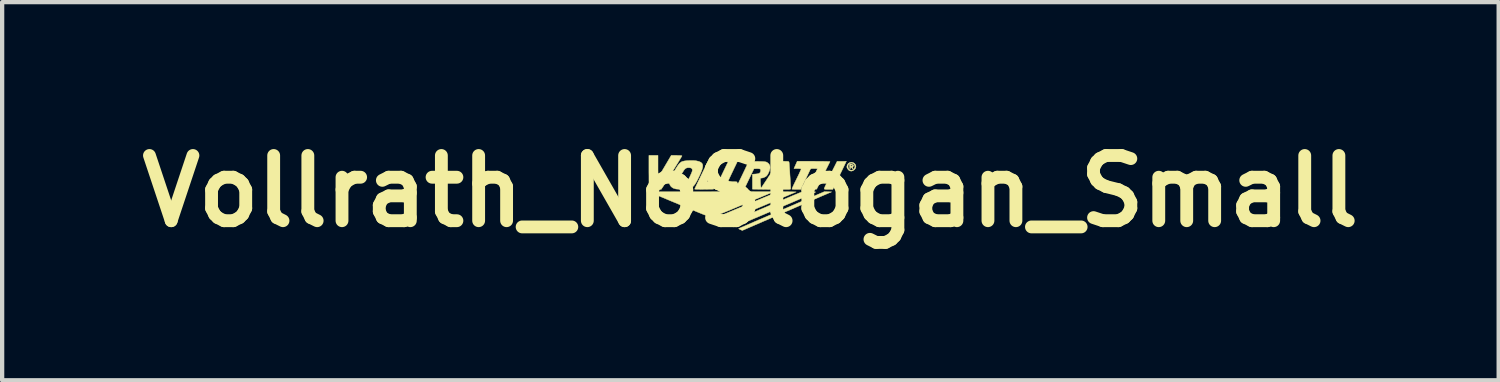
<source format=kicad_pcb>
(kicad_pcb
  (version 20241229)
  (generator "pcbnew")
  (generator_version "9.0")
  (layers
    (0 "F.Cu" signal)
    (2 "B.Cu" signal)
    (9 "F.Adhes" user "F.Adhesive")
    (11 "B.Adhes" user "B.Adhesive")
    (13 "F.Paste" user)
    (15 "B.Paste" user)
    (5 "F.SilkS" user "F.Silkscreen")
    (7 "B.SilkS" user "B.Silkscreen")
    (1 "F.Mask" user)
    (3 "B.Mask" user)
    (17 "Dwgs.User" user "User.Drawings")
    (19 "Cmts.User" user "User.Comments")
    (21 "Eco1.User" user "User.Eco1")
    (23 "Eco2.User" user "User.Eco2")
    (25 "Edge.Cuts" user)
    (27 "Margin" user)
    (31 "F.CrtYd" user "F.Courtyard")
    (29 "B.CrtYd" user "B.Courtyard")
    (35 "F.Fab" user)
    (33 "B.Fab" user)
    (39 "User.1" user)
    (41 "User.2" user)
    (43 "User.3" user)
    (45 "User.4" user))
  (footprint "Vollrath_NoSlogan_Small"
    (layer "F.Cu")
    (at 14.485 1.418)
    (property "Reference" "Vollrath_NoSlogan_Small" (at 0 0 0) (layer "F.SilkS") (effects (font (size 1.524 1.524) (thickness 0.3))))
    (attr through_hole)
    (fp_poly (pts (xy 2.356 -0.633) (xy 2.388 -0.625) (xy 2.407 -0.611) (xy 2.412 -0.593) (xy 2.401 -0.578) (xy 2.389 -0.562) (xy 2.394 -0.546) (xy 2.4 -0.527) (xy 2.394 -0.521) (xy 2.38 -0.532) (xy 2.375 -0.538) (xy 2.357 -0.557) (xy 2.344 -0.558) (xy 2.339 -0.541) (xy 2.339 -0.54) (xy 2.334 -0.523) (xy 2.328 -0.519) (xy 2.323 -0.528) (xy 2.319 -0.553) (xy 2.318 -0.577) (xy 2.318 -0.598) (xy 2.339 -0.598) (xy 2.346 -0.585) (xy 2.363 -0.584) (xy 2.381 -0.591) (xy 2.387 -0.598) (xy 2.378 -0.608) (xy 2.363 -0.612) (xy 2.343 -0.609) (xy 2.339 -0.598) (xy 2.318 -0.598) (xy 2.318 -0.636) (xy 2.356 -0.633)) (stroke (width 0.01) (type solid)) (fill yes) (layer "F.SilkS"))
    (fp_poly (pts (xy 2.4 -0.67) (xy 2.435 -0.646) (xy 2.459 -0.615) (xy 2.466 -0.58) (xy 2.466 -0.578) (xy 2.457 -0.537) (xy 2.433 -0.504) (xy 2.398 -0.48) (xy 2.359 -0.469) (xy 2.322 -0.476) (xy 2.294 -0.495) (xy 2.27 -0.525) (xy 2.256 -0.557) (xy 2.255 -0.562) (xy 2.283 -0.562) (xy 2.298 -0.526) (xy 2.311 -0.512) (xy 2.344 -0.491) (xy 2.374 -0.49) (xy 2.405 -0.509) (xy 2.414 -0.518) (xy 2.439 -0.553) (xy 2.443 -0.588) (xy 2.425 -0.625) (xy 2.423 -0.628) (xy 2.394 -0.65) (xy 2.358 -0.657) (xy 2.323 -0.65) (xy 2.301 -0.634) (xy 2.284 -0.601) (xy 2.283 -0.562) (xy 2.255 -0.562) (xy 2.254 -0.568) (xy 2.263 -0.612) (xy 2.287 -0.647) (xy 2.32 -0.669) (xy 2.359 -0.677) (xy 2.4 -0.67)) (stroke (width 0.01) (type solid)) (fill yes) (layer "F.SilkS"))
    (fp_poly (pts (xy -0.887 -0.699) (xy -0.843 -0.698) (xy -0.808 -0.697) (xy -0.787 -0.696) (xy -0.783 -0.694) (xy -0.788 -0.684) (xy -0.8 -0.657) (xy -0.819 -0.617) (xy -0.844 -0.566) (xy -0.872 -0.506) (xy -0.894 -0.461) (xy -0.925 -0.396) (xy -0.953 -0.338) (xy -0.976 -0.289) (xy -0.993 -0.252) (xy -1.003 -0.23) (xy -1.005 -0.224) (xy -0.996 -0.221) (xy -0.969 -0.22) (xy -0.93 -0.22) (xy -0.893 -0.22) (xy -0.781 -0.224) (xy -0.789 -0.199) (xy -0.797 -0.177) (xy -0.813 -0.144) (xy -0.829 -0.111) (xy -0.863 -0.048) (xy -1.082 -0.045) (xy -1.148 -0.044) (xy -1.206 -0.045) (xy -1.252 -0.046) (xy -1.285 -0.047) (xy -1.301 -0.049) (xy -1.302 -0.05) (xy -1.297 -0.061) (xy -1.285 -0.089) (xy -1.265 -0.131) (xy -1.239 -0.186) (xy -1.208 -0.251) (xy -1.173 -0.323) (xy -1.147 -0.378) (xy -0.991 -0.699) (xy -0.887 -0.699)) (stroke (width 0.01) (type solid)) (fill yes) (layer "F.SilkS"))
    (fp_poly (pts (xy 0.333 0.1) (xy 0.28 0.122) (xy 0.21 0.151) (xy 0.126 0.186) (xy 0.033 0.226) (xy -0.069 0.268) (xy -0.174 0.312) (xy -0.281 0.357) (xy -0.376 0.397) (xy -0.473 0.438) (xy -0.566 0.476) (xy -0.651 0.511) (xy -0.728 0.542) (xy -0.793 0.568) (xy -0.845 0.589) (xy -0.883 0.602) (xy -0.903 0.609) (xy -0.905 0.609) (xy -0.919 0.607) (xy -0.947 0.599) (xy -0.989 0.585) (xy -1.046 0.563) (xy -1.118 0.535) (xy -1.207 0.499) (xy -1.313 0.455) (xy -1.438 0.403) (xy -1.466 0.391) (xy -1.571 0.348) (xy -1.674 0.304) (xy -1.773 0.263) (xy -1.865 0.225) (xy -1.948 0.19) (xy -2.019 0.16) (xy -2.077 0.136) (xy -2.118 0.119) (xy -2.127 0.115) (xy -2.182 0.092) (xy -2.234 0.07) (xy -2.279 0.05) (xy -2.311 0.037) (xy -2.312 0.036) (xy -2.365 0.012) (xy -0.91 0.012) (xy 0.545 0.011) (xy 0.333 0.1)) (stroke (width 0.01) (type solid)) (fill yes) (layer "F.SilkS"))
    (fp_poly (pts (xy -0.367 -0.698) (xy -0.332 -0.696) (xy -0.311 -0.694) (xy -0.307 -0.692) (xy -0.311 -0.68) (xy -0.323 -0.653) (xy -0.341 -0.615) (xy -0.364 -0.568) (xy -0.372 -0.552) (xy -0.417 -0.457) (xy -0.454 -0.38) (xy -0.482 -0.32) (xy -0.503 -0.275) (xy -0.515 -0.244) (xy -0.521 -0.227) (xy -0.521 -0.222) (xy -0.508 -0.221) (xy -0.478 -0.222) (xy -0.438 -0.222) (xy -0.41 -0.222) (xy -0.358 -0.222) (xy -0.324 -0.219) (xy -0.308 -0.214) (xy -0.307 -0.212) (xy -0.311 -0.198) (xy -0.323 -0.171) (xy -0.34 -0.135) (xy -0.346 -0.122) (xy -0.386 -0.042) (xy -0.606 -0.042) (xy -0.675 -0.043) (xy -0.734 -0.044) (xy -0.78 -0.046) (xy -0.811 -0.048) (xy -0.824 -0.051) (xy -0.824 -0.052) (xy -0.818 -0.063) (xy -0.805 -0.092) (xy -0.785 -0.134) (xy -0.759 -0.189) (xy -0.728 -0.254) (xy -0.693 -0.327) (xy -0.668 -0.38) (xy -0.515 -0.699) (xy -0.411 -0.699) (xy -0.367 -0.698)) (stroke (width 0.01) (type solid)) (fill yes) (layer "F.SilkS"))
    (fp_poly (pts (xy 1.899 0.016) (xy 1.83 0.044) (xy 1.805 0.055) (xy 1.763 0.073) (xy 1.707 0.097) (xy 1.639 0.126) (xy 1.563 0.159) (xy 1.48 0.195) (xy 1.394 0.232) (xy 1.392 0.233) (xy 1.291 0.277) (xy 1.18 0.325) (xy 1.065 0.375) (xy 0.952 0.424) (xy 0.844 0.471) (xy 0.749 0.512) (xy 0.709 0.529) (xy 0.613 0.57) (xy 0.507 0.617) (xy 0.395 0.665) (xy 0.284 0.713) (xy 0.182 0.758) (xy 0.104 0.791) (xy -0.189 0.918) (xy -0.233 0.898) (xy -0.259 0.886) (xy -0.273 0.877) (xy -0.274 0.874) (xy -0.264 0.87) (xy -0.236 0.857) (xy -0.192 0.838) (xy -0.134 0.813) (xy -0.064 0.783) (xy 0.016 0.748) (xy 0.105 0.709) (xy 0.201 0.668) (xy 0.249 0.648) (xy 0.37 0.596) (xy 0.503 0.538) (xy 0.644 0.478) (xy 0.788 0.416) (xy 0.93 0.355) (xy 1.064 0.297) (xy 1.187 0.244) (xy 1.249 0.217) (xy 1.73 0.01) (xy 1.899 0.016)) (stroke (width 0.01) (type solid)) (fill yes) (layer "F.SilkS"))
    (fp_poly (pts (xy 0.859 0.013) (xy 1.069 0.016) (xy 0.939 0.071) (xy 0.899 0.088) (xy 0.843 0.112) (xy 0.774 0.141) (xy 0.694 0.175) (xy 0.608 0.211) (xy 0.518 0.249) (xy 0.429 0.286) (xy 0.325 0.33) (xy 0.211 0.378) (xy 0.091 0.428) (xy -0.028 0.478) (xy -0.141 0.526) (xy -0.243 0.569) (xy -0.289 0.588) (xy -0.368 0.622) (xy -0.442 0.652) (xy -0.507 0.679) (xy -0.561 0.701) (xy -0.603 0.718) (xy -0.629 0.727) (xy -0.638 0.73) (xy -0.653 0.726) (xy -0.682 0.715) (xy -0.721 0.698) (xy -0.749 0.686) (xy -0.789 0.667) (xy -0.82 0.651) (xy -0.837 0.639) (xy -0.839 0.635) (xy -0.827 0.628) (xy -0.799 0.615) (xy -0.759 0.598) (xy -0.712 0.578) (xy -0.709 0.577) (xy -0.677 0.564) (xy -0.628 0.543) (xy -0.564 0.517) (xy -0.486 0.484) (xy -0.398 0.447) (xy -0.3 0.406) (xy -0.195 0.363) (xy -0.086 0.317) (xy 0.026 0.27) (xy 0.031 0.268) (xy 0.649 0.01) (xy 0.859 0.013)) (stroke (width 0.01) (type solid)) (fill yes) (layer "F.SilkS"))
    (fp_poly (pts (xy -2.159 -0.58) (xy -2.159 -0.502) (xy -2.158 -0.436) (xy -2.156 -0.385) (xy -2.154 -0.351) (xy -2.151 -0.335) (xy -2.149 -0.334) (xy -2.142 -0.345) (xy -2.125 -0.373) (xy -2.1 -0.413) (xy -2.069 -0.465) (xy -2.034 -0.524) (xy -1.995 -0.59) (xy -1.995 -0.59) (xy -1.85 -0.836) (xy -1.724 -0.836) (xy -1.674 -0.835) (xy -1.634 -0.833) (xy -1.607 -0.83) (xy -1.598 -0.826) (xy -1.603 -0.816) (xy -1.619 -0.79) (xy -1.642 -0.75) (xy -1.673 -0.7) (xy -1.709 -0.641) (xy -1.75 -0.575) (xy -1.793 -0.505) (xy -1.837 -0.434) (xy -1.882 -0.362) (xy -1.924 -0.294) (xy -1.964 -0.23) (xy -2 -0.174) (xy -2.029 -0.127) (xy -2.052 -0.092) (xy -2.066 -0.071) (xy -2.086 -0.042) (xy -2.221 -0.042) (xy -2.273 -0.043) (xy -2.317 -0.044) (xy -2.348 -0.046) (xy -2.363 -0.049) (xy -2.364 -0.049) (xy -2.365 -0.061) (xy -2.367 -0.092) (xy -2.368 -0.139) (xy -2.369 -0.2) (xy -2.37 -0.272) (xy -2.37 -0.354) (xy -2.371 -0.443) (xy -2.371 -0.836) (xy -2.159 -0.836) (xy -2.159 -0.58)) (stroke (width 0.01) (type solid)) (fill yes) (layer "F.SilkS"))
    (fp_poly (pts (xy -1.339 -0.717) (xy -1.282 -0.712) (xy -1.265 -0.71) (xy -1.204 -0.696) (xy -1.158 -0.676) (xy -1.129 -0.649) (xy -1.114 -0.613) (xy -1.115 -0.566) (xy -1.129 -0.507) (xy -1.157 -0.434) (xy -1.177 -0.389) (xy -1.22 -0.298) (xy -1.257 -0.225) (xy -1.292 -0.168) (xy -1.324 -0.125) (xy -1.359 -0.093) (xy -1.396 -0.071) (xy -1.439 -0.058) (xy -1.49 -0.05) (xy -1.551 -0.047) (xy -1.572 -0.046) (xy -1.626 -0.046) (xy -1.678 -0.047) (xy -1.721 -0.05) (xy -1.745 -0.053) (xy -1.807 -0.073) (xy -1.851 -0.105) (xy -1.878 -0.142) (xy -1.888 -0.171) (xy -1.891 -0.201) (xy -1.886 -0.236) (xy -1.875 -0.271) (xy -1.659 -0.271) (xy -1.654 -0.247) (xy -1.635 -0.232) (xy -1.601 -0.224) (xy -1.559 -0.222) (xy -1.518 -0.224) (xy -1.492 -0.229) (xy -1.474 -0.241) (xy -1.47 -0.245) (xy -1.455 -0.265) (xy -1.435 -0.3) (xy -1.413 -0.342) (xy -1.392 -0.388) (xy -1.373 -0.432) (xy -1.36 -0.468) (xy -1.355 -0.491) (xy -1.355 -0.492) (xy -1.363 -0.524) (xy -1.389 -0.543) (xy -1.432 -0.55) (xy -1.435 -0.55) (xy -1.473 -0.548) (xy -1.504 -0.538) (xy -1.531 -0.518) (xy -1.557 -0.485) (xy -1.587 -0.436) (xy -1.596 -0.421) (xy -1.63 -0.357) (xy -1.651 -0.307) (xy -1.659 -0.271) (xy -1.875 -0.271) (xy -1.873 -0.279) (xy -1.849 -0.332) (xy -1.815 -0.399) (xy -1.787 -0.449) (xy -1.742 -0.528) (xy -1.704 -0.588) (xy -1.67 -0.634) (xy -1.638 -0.666) (xy -1.608 -0.687) (xy -1.58 -0.698) (xy -1.533 -0.708) (xy -1.472 -0.714) (xy -1.405 -0.717) (xy -1.339 -0.717)) (stroke (width 0.01) (type solid)) (fill yes) (layer "F.SilkS"))
    (fp_poly (pts (xy 1.425 0.011) (xy 1.471 0.013) (xy 1.504 0.015) (xy 1.522 0.017) (xy 1.524 0.019) (xy 1.515 0.025) (xy 1.49 0.038) (xy 1.452 0.056) (xy 1.406 0.077) (xy 1.394 0.082) (xy 1.357 0.098) (xy 1.303 0.121) (xy 1.235 0.15) (xy 1.155 0.183) (xy 1.067 0.221) (xy 0.974 0.261) (xy 0.878 0.302) (xy 0.82 0.326) (xy 0.71 0.373) (xy 0.589 0.425) (xy 0.464 0.478) (xy 0.338 0.532) (xy 0.216 0.584) (xy 0.104 0.631) (xy 0.006 0.673) (xy -0.00047 0.676) (xy -0.084 0.711) (xy -0.162 0.744) (xy -0.232 0.773) (xy -0.291 0.798) (xy -0.338 0.817) (xy -0.37 0.83) (xy -0.386 0.835) (xy -0.387 0.835) (xy -0.401 0.831) (xy -0.429 0.82) (xy -0.465 0.804) (xy -0.473 0.801) (xy -0.509 0.784) (xy -0.536 0.771) (xy -0.55 0.762) (xy -0.55 0.761) (xy -0.541 0.755) (xy -0.517 0.743) (xy -0.481 0.727) (xy -0.458 0.718) (xy -0.431 0.706) (xy -0.386 0.688) (xy -0.327 0.663) (xy -0.254 0.632) (xy -0.17 0.597) (xy -0.077 0.558) (xy 0.022 0.515) (xy 0.127 0.471) (xy 0.201 0.439) (xy 0.348 0.377) (xy 0.477 0.322) (xy 0.589 0.275) (xy 0.686 0.234) (xy 0.769 0.198) (xy 0.839 0.168) (xy 0.899 0.143) (xy 0.949 0.122) (xy 0.99 0.104) (xy 1.025 0.09) (xy 1.055 0.077) (xy 1.081 0.067) (xy 1.104 0.057) (xy 1.126 0.048) (xy 1.13 0.046) (xy 1.165 0.032) (xy 1.193 0.023) (xy 1.22 0.016) (xy 1.25 0.013) (xy 1.29 0.011) (xy 1.343 0.011) (xy 1.37 0.011) (xy 1.425 0.011)) (stroke (width 0.01) (type solid)) (fill yes) (layer "F.SilkS"))
    (fp_poly (pts (xy 1.567 -0.698) (xy 1.647 -0.698) (xy 1.718 -0.697) (xy 1.778 -0.696) (xy 1.823 -0.694) (xy 1.851 -0.692) (xy 1.861 -0.691) (xy 1.861 -0.691) (xy 1.855 -0.678) (xy 1.841 -0.652) (xy 1.822 -0.614) (xy 1.802 -0.574) (xy 1.78 -0.531) (xy 1.762 -0.495) (xy 1.75 -0.47) (xy 1.746 -0.46) (xy 1.756 -0.458) (xy 1.782 -0.457) (xy 1.818 -0.457) (xy 1.827 -0.457) (xy 1.907 -0.46) (xy 2.027 -0.698) (xy 2.135 -0.698) (xy 2.243 -0.699) (xy 2.152 -0.511) (xy 2.118 -0.44) (xy 2.081 -0.364) (xy 2.045 -0.289) (xy 2.012 -0.222) (xy 1.993 -0.183) (xy 1.926 -0.042) (xy 1.825 -0.042) (xy 1.778 -0.043) (xy 1.747 -0.045) (xy 1.731 -0.049) (xy 1.725 -0.056) (xy 1.725 -0.058) (xy 1.73 -0.074) (xy 1.742 -0.104) (xy 1.76 -0.143) (xy 1.778 -0.18) (xy 1.799 -0.223) (xy 1.817 -0.26) (xy 1.828 -0.286) (xy 1.831 -0.296) (xy 1.821 -0.302) (xy 1.794 -0.306) (xy 1.754 -0.307) (xy 1.677 -0.307) (xy 1.549 -0.048) (xy 1.447 -0.045) (xy 1.403 -0.044) (xy 1.369 -0.046) (xy 1.348 -0.048) (xy 1.344 -0.051) (xy 1.349 -0.063) (xy 1.361 -0.091) (xy 1.38 -0.132) (xy 1.405 -0.185) (xy 1.434 -0.245) (xy 1.455 -0.289) (xy 1.486 -0.353) (xy 1.514 -0.411) (xy 1.537 -0.46) (xy 1.554 -0.496) (xy 1.564 -0.518) (xy 1.566 -0.524) (xy 1.557 -0.526) (xy 1.531 -0.528) (xy 1.494 -0.529) (xy 1.487 -0.529) (xy 1.446 -0.529) (xy 1.421 -0.526) (xy 1.407 -0.52) (xy 1.399 -0.51) (xy 1.398 -0.505) (xy 1.39 -0.489) (xy 1.375 -0.457) (xy 1.354 -0.412) (xy 1.328 -0.357) (xy 1.298 -0.295) (xy 1.282 -0.262) (xy 1.175 -0.042) (xy 1.076 -0.042) (xy 1.032 -0.043) (xy 0.997 -0.045) (xy 0.975 -0.047) (xy 0.971 -0.049) (xy 0.974 -0.059) (xy 0.984 -0.086) (xy 1.002 -0.126) (xy 1.025 -0.175) (xy 1.05 -0.226) (xy 1.096 -0.32) (xy 1.133 -0.395) (xy 1.159 -0.453) (xy 1.177 -0.493) (xy 1.185 -0.516) (xy 1.185 -0.52) (xy 1.176 -0.524) (xy 1.15 -0.527) (xy 1.113 -0.529) (xy 1.101 -0.529) (xy 1.018 -0.529) (xy 1.056 -0.614) (xy 1.094 -0.699) (xy 1.479 -0.699) (xy 1.567 -0.698)) (stroke (width 0.01) (type solid)) (fill yes) (layer "F.SilkS"))
    (fp_poly (pts (xy 0.159 -0.696) (xy 0.229 -0.695) (xy 0.282 -0.693) (xy 0.32 -0.691) (xy 0.348 -0.687) (xy 0.368 -0.683) (xy 0.384 -0.676) (xy 0.392 -0.672) (xy 0.433 -0.638) (xy 0.456 -0.595) (xy 0.46 -0.543) (xy 0.446 -0.482) (xy 0.421 -0.424) (xy 0.399 -0.384) (xy 0.379 -0.358) (xy 0.354 -0.339) (xy 0.339 -0.331) (xy 0.305 -0.316) (xy 0.273 -0.308) (xy 0.262 -0.307) (xy 0.246 -0.306) (xy 0.238 -0.3) (xy 0.234 -0.284) (xy 0.234 -0.253) (xy 0.234 -0.241) (xy 0.236 -0.194) (xy 0.239 -0.147) (xy 0.242 -0.123) (xy 0.249 -0.071) (xy 0.413 -0.317) (xy 0.63 -0.317) (xy 0.63 -0.315) (xy 0.642 -0.314) (xy 0.667 -0.315) (xy 0.687 -0.316) (xy 0.741 -0.32) (xy 0.741 -0.403) (xy 0.74 -0.442) (xy 0.737 -0.471) (xy 0.734 -0.486) (xy 0.733 -0.486) (xy 0.725 -0.478) (xy 0.71 -0.456) (xy 0.69 -0.426) (xy 0.67 -0.392) (xy 0.651 -0.359) (xy 0.637 -0.333) (xy 0.63 -0.317) (xy 0.413 -0.317) (xy 0.458 -0.385) (xy 0.667 -0.699) (xy 0.783 -0.699) (xy 0.834 -0.698) (xy 0.867 -0.697) (xy 0.888 -0.694) (xy 0.898 -0.689) (xy 0.903 -0.681) (xy 0.904 -0.675) (xy 0.906 -0.66) (xy 0.909 -0.627) (xy 0.912 -0.579) (xy 0.916 -0.521) (xy 0.92 -0.455) (xy 0.924 -0.385) (xy 0.929 -0.314) (xy 0.933 -0.245) (xy 0.936 -0.183) (xy 0.939 -0.129) (xy 0.941 -0.088) (xy 0.942 -0.064) (xy 0.942 -0.061) (xy 0.94 -0.052) (xy 0.93 -0.046) (xy 0.909 -0.044) (xy 0.872 -0.042) (xy 0.847 -0.042) (xy 0.752 -0.042) (xy 0.746 -0.164) (xy 0.55 -0.17) (xy 0.471 -0.042) (xy 0.259 -0.045) (xy 0.048 -0.048) (xy 0.048 -0.397) (xy 0.123 -0.402) (xy 0.173 -0.408) (xy 0.206 -0.418) (xy 0.226 -0.435) (xy 0.237 -0.461) (xy 0.238 -0.467) (xy 0.241 -0.497) (xy 0.23 -0.516) (xy 0.205 -0.525) (xy 0.161 -0.527) (xy 0.151 -0.527) (xy 0.083 -0.524) (xy -0.031 -0.286) (xy -0.145 -0.048) (xy -0.247 -0.045) (xy -0.291 -0.044) (xy -0.325 -0.044) (xy -0.346 -0.044) (xy -0.349 -0.045) (xy -0.345 -0.056) (xy -0.333 -0.082) (xy -0.314 -0.121) (xy -0.29 -0.17) (xy -0.263 -0.226) (xy -0.262 -0.228) (xy -0.227 -0.299) (xy -0.19 -0.376) (xy -0.154 -0.452) (xy -0.121 -0.52) (xy -0.106 -0.553) (xy -0.037 -0.699) (xy 0.159 -0.696)) (stroke (width 0.01) (type solid)) (fill yes) (layer "F.SilkS")))
  (gr_rect
    (start -3 -3)
    (end 31.971 5.836)
    (stroke (width 0.1) (type default))
    (fill no)
    (layer "Edge.Cuts")))
</source>
